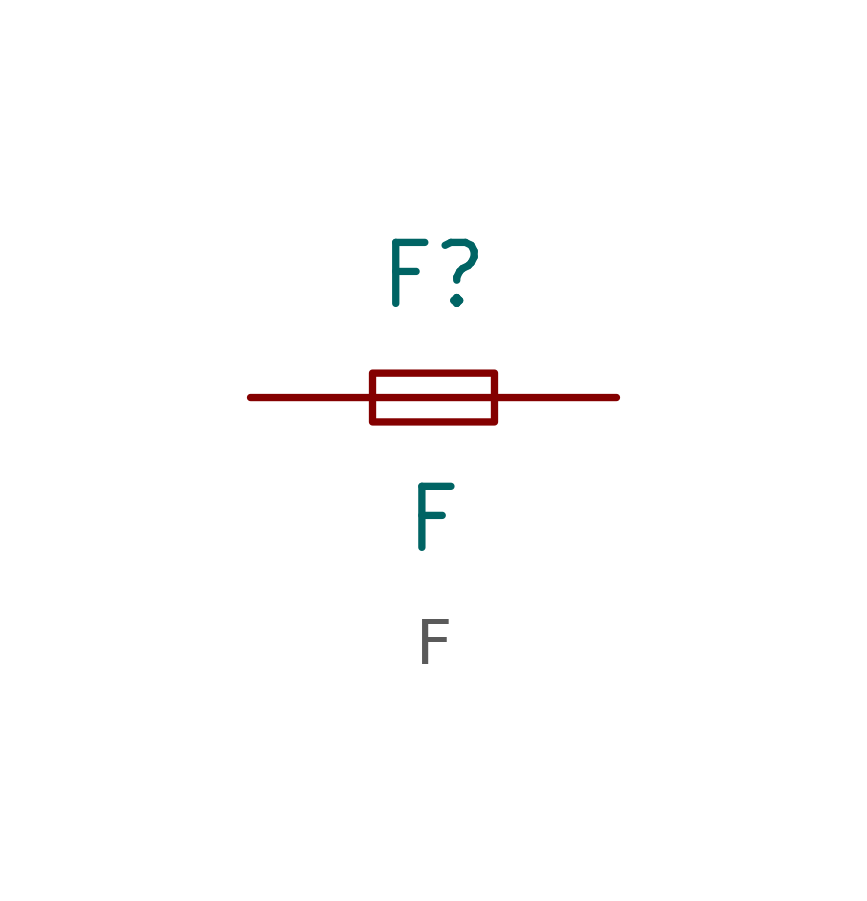
<source format=kicad_sym>
(kicad_symbol_lib
  (version 20220914)
  (generator kicad_symbol_editor)
  (symbol "F"
    (pin_numbers hide)
    (pin_names
      (offset 1.016) hide)
    (property "Reference" "F"
      (at 0 2.54 0)
      (effects (font (size 1.27 1.27))))
    (property "Value" "F"
      (at 0 -2.54 0)
      (effects (font (size 1.27 1.27))))
    (symbol "F_1_1"
      (rectangle (start -1.27 0.508) (end 1.27 -0.508) (stroke (width 0) (type default)) (fill (type none)))
      (polyline (pts (xy -1.27 0) (xy 1.27 0)) (stroke (width 0) (type default)) (fill (type none)))
      (pin passive line (at -3.81 0 0) (length 2.54) (name "~" (effects (font (size 1.016 1.016)))) (number "1" (effects (font (size 1.016 1.016)))))
      (pin passive line (at 3.81 0 180) (length 2.54) (name "~" (effects (font (size 1.016 1.016)))) (number "2" (effects (font (size 1.016 1.016))))))))
</source>
